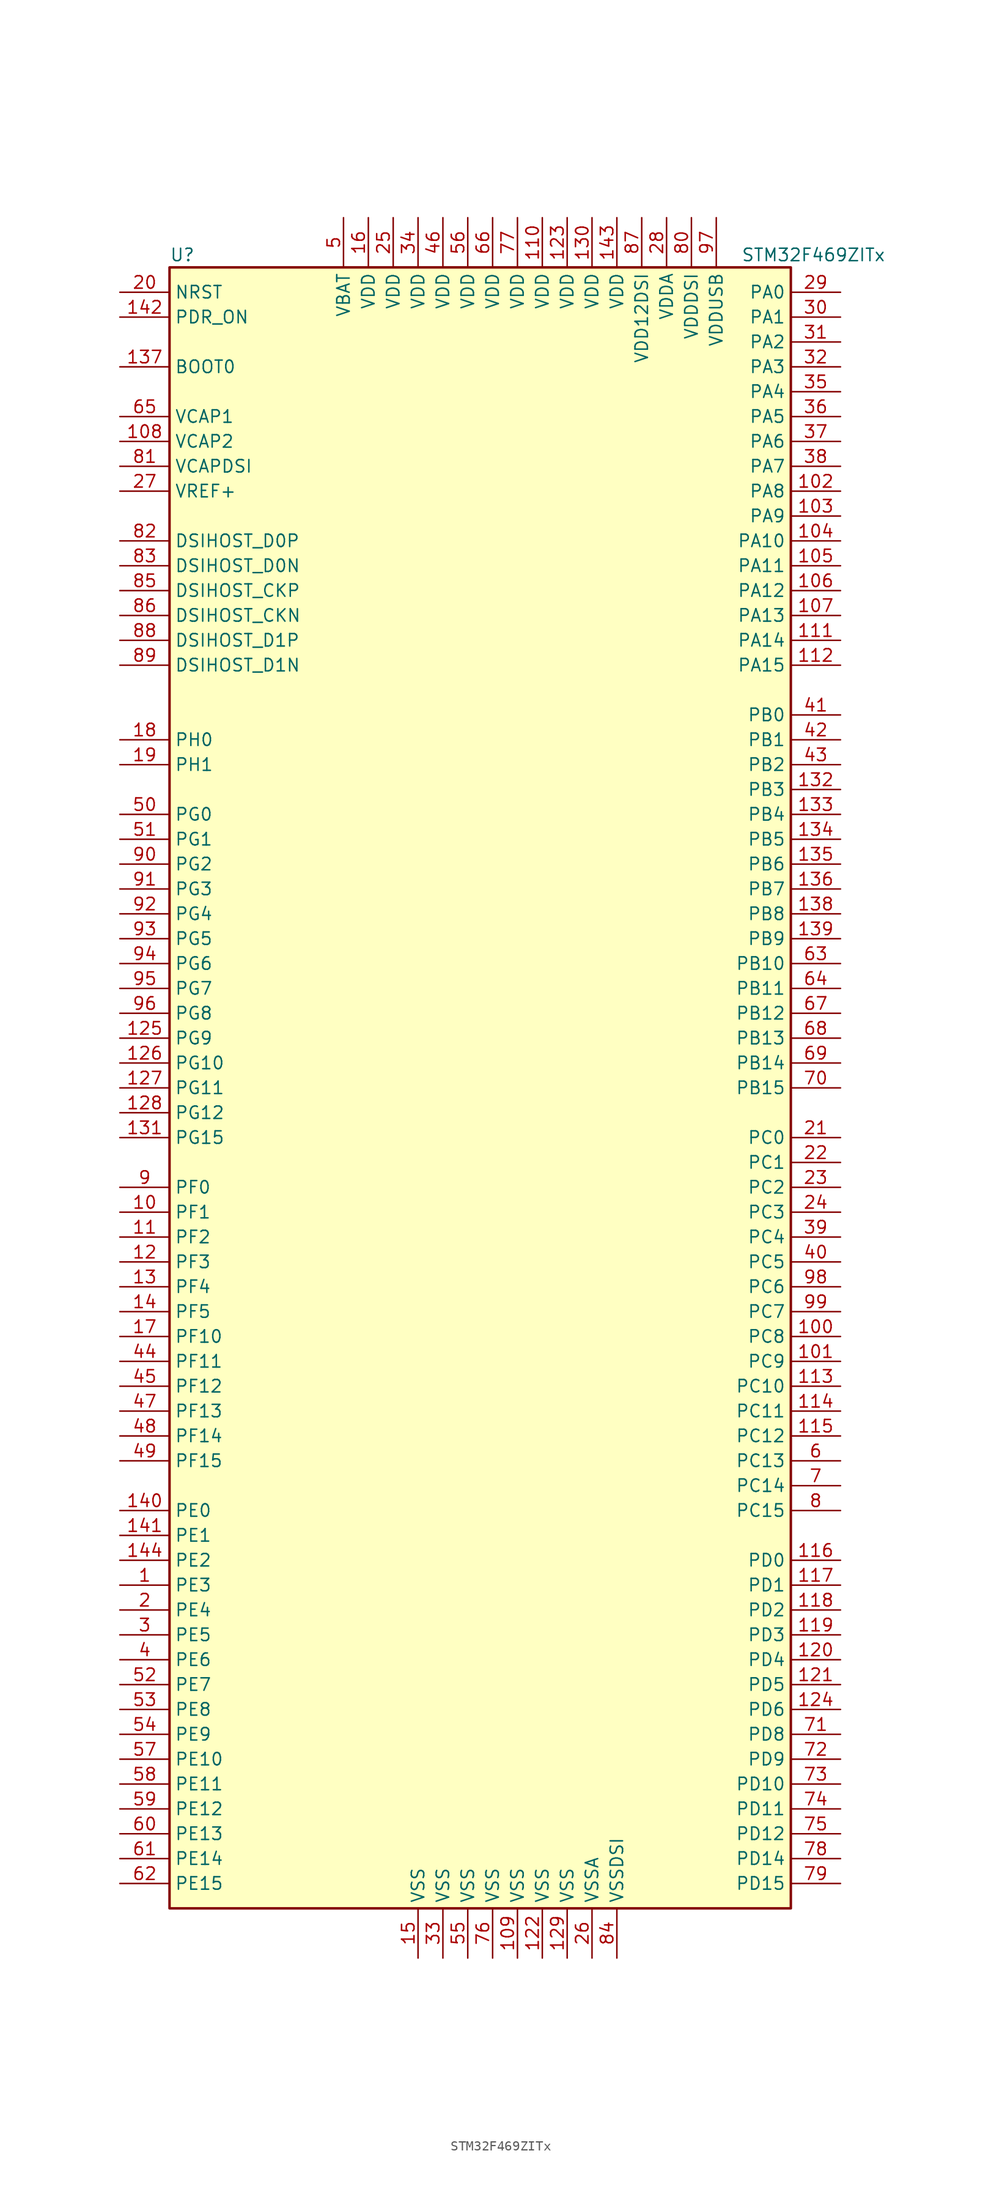
<source format=kicad_sym>
(kicad_symbol_lib
  (version 20201005)
  (generator kicad_symbol_editor)
  (symbol "MCU_ST_STM32F4:STM32F469ZITx"
    (property "Reference" "U"
      (at -33.02 85.09 0)
      (effects (font (size 1.27 1.27)) (justify left)))
    (property "Value" "STM32F469ZITx"
      (at 25.4 85.09 0)
      (effects (font (size 1.27 1.27)) (justify left)))
    (symbol "STM32F469ZITx_0_1"
      (rectangle (start -33.02 -83.82) (end 30.48 83.82) (stroke (width 0.254)) (fill (type background))))
    (symbol "STM32F469ZITx_1_1"
      (pin input line (at -38.1 73.66 0) (length 5.08) (name "BOOT0" (effects (font (size 1.27 1.27)))) (number "137" (effects (font (size 1.27 1.27)))))
      (pin bidirectional line (at -38.1 48.26 0) (length 5.08) (name "DSIHOST_CKN" (effects (font (size 1.27 1.27)))) (number "86" (effects (font (size 1.27 1.27)))))
      (pin bidirectional line (at -38.1 50.8 0) (length 5.08) (name "DSIHOST_CKP" (effects (font (size 1.27 1.27)))) (number "85" (effects (font (size 1.27 1.27)))))
      (pin bidirectional line (at -38.1 53.34 0) (length 5.08) (name "DSIHOST_D0N" (effects (font (size 1.27 1.27)))) (number "83" (effects (font (size 1.27 1.27)))))
      (pin bidirectional line (at -38.1 55.88 0) (length 5.08) (name "DSIHOST_D0P" (effects (font (size 1.27 1.27)))) (number "82" (effects (font (size 1.27 1.27)))))
      (pin bidirectional line (at -38.1 43.18 0) (length 5.08) (name "DSIHOST_D1N" (effects (font (size 1.27 1.27)))) (number "89" (effects (font (size 1.27 1.27)))))
      (pin bidirectional line (at -38.1 45.72 0) (length 5.08) (name "DSIHOST_D1P" (effects (font (size 1.27 1.27)))) (number "88" (effects (font (size 1.27 1.27)))))
      (pin input line (at -38.1 81.28 0) (length 5.08) (name "NRST" (effects (font (size 1.27 1.27)))) (number "20" (effects (font (size 1.27 1.27)))))
      (pin bidirectional line (at 35.56 81.28 180) (length 5.08) (name "PA0" (effects (font (size 1.27 1.27)))) (number "29" (effects (font (size 1.27 1.27)))))
      (pin bidirectional line (at 35.56 78.74 180) (length 5.08) (name "PA1" (effects (font (size 1.27 1.27)))) (number "30" (effects (font (size 1.27 1.27)))))
      (pin bidirectional line (at 35.56 55.88 180) (length 5.08) (name "PA10" (effects (font (size 1.27 1.27)))) (number "104" (effects (font (size 1.27 1.27)))))
      (pin bidirectional line (at 35.56 53.34 180) (length 5.08) (name "PA11" (effects (font (size 1.27 1.27)))) (number "105" (effects (font (size 1.27 1.27)))))
      (pin bidirectional line (at 35.56 50.8 180) (length 5.08) (name "PA12" (effects (font (size 1.27 1.27)))) (number "106" (effects (font (size 1.27 1.27)))))
      (pin bidirectional line (at 35.56 48.26 180) (length 5.08) (name "PA13" (effects (font (size 1.27 1.27)))) (number "107" (effects (font (size 1.27 1.27)))))
      (pin bidirectional line (at 35.56 45.72 180) (length 5.08) (name "PA14" (effects (font (size 1.27 1.27)))) (number "111" (effects (font (size 1.27 1.27)))))
      (pin bidirectional line (at 35.56 43.18 180) (length 5.08) (name "PA15" (effects (font (size 1.27 1.27)))) (number "112" (effects (font (size 1.27 1.27)))))
      (pin bidirectional line (at 35.56 76.2 180) (length 5.08) (name "PA2" (effects (font (size 1.27 1.27)))) (number "31" (effects (font (size 1.27 1.27)))))
      (pin bidirectional line (at 35.56 73.66 180) (length 5.08) (name "PA3" (effects (font (size 1.27 1.27)))) (number "32" (effects (font (size 1.27 1.27)))))
      (pin bidirectional line (at 35.56 71.12 180) (length 5.08) (name "PA4" (effects (font (size 1.27 1.27)))) (number "35" (effects (font (size 1.27 1.27)))))
      (pin bidirectional line (at 35.56 68.58 180) (length 5.08) (name "PA5" (effects (font (size 1.27 1.27)))) (number "36" (effects (font (size 1.27 1.27)))))
      (pin bidirectional line (at 35.56 66.04 180) (length 5.08) (name "PA6" (effects (font (size 1.27 1.27)))) (number "37" (effects (font (size 1.27 1.27)))))
      (pin bidirectional line (at 35.56 63.5 180) (length 5.08) (name "PA7" (effects (font (size 1.27 1.27)))) (number "38" (effects (font (size 1.27 1.27)))))
      (pin bidirectional line (at 35.56 60.96 180) (length 5.08) (name "PA8" (effects (font (size 1.27 1.27)))) (number "102" (effects (font (size 1.27 1.27)))))
      (pin bidirectional line (at 35.56 58.42 180) (length 5.08) (name "PA9" (effects (font (size 1.27 1.27)))) (number "103" (effects (font (size 1.27 1.27)))))
      (pin bidirectional line (at 35.56 38.1 180) (length 5.08) (name "PB0" (effects (font (size 1.27 1.27)))) (number "41" (effects (font (size 1.27 1.27)))))
      (pin bidirectional line (at 35.56 35.56 180) (length 5.08) (name "PB1" (effects (font (size 1.27 1.27)))) (number "42" (effects (font (size 1.27 1.27)))))
      (pin bidirectional line (at 35.56 12.7 180) (length 5.08) (name "PB10" (effects (font (size 1.27 1.27)))) (number "63" (effects (font (size 1.27 1.27)))))
      (pin bidirectional line (at 35.56 10.16 180) (length 5.08) (name "PB11" (effects (font (size 1.27 1.27)))) (number "64" (effects (font (size 1.27 1.27)))))
      (pin bidirectional line (at 35.56 7.62 180) (length 5.08) (name "PB12" (effects (font (size 1.27 1.27)))) (number "67" (effects (font (size 1.27 1.27)))))
      (pin bidirectional line (at 35.56 5.08 180) (length 5.08) (name "PB13" (effects (font (size 1.27 1.27)))) (number "68" (effects (font (size 1.27 1.27)))))
      (pin bidirectional line (at 35.56 2.54 180) (length 5.08) (name "PB14" (effects (font (size 1.27 1.27)))) (number "69" (effects (font (size 1.27 1.27)))))
      (pin bidirectional line (at 35.56 0 180) (length 5.08) (name "PB15" (effects (font (size 1.27 1.27)))) (number "70" (effects (font (size 1.27 1.27)))))
      (pin bidirectional line (at 35.56 33.02 180) (length 5.08) (name "PB2" (effects (font (size 1.27 1.27)))) (number "43" (effects (font (size 1.27 1.27)))))
      (pin bidirectional line (at 35.56 30.48 180) (length 5.08) (name "PB3" (effects (font (size 1.27 1.27)))) (number "132" (effects (font (size 1.27 1.27)))))
      (pin bidirectional line (at 35.56 27.94 180) (length 5.08) (name "PB4" (effects (font (size 1.27 1.27)))) (number "133" (effects (font (size 1.27 1.27)))))
      (pin bidirectional line (at 35.56 25.4 180) (length 5.08) (name "PB5" (effects (font (size 1.27 1.27)))) (number "134" (effects (font (size 1.27 1.27)))))
      (pin bidirectional line (at 35.56 22.86 180) (length 5.08) (name "PB6" (effects (font (size 1.27 1.27)))) (number "135" (effects (font (size 1.27 1.27)))))
      (pin bidirectional line (at 35.56 20.32 180) (length 5.08) (name "PB7" (effects (font (size 1.27 1.27)))) (number "136" (effects (font (size 1.27 1.27)))))
      (pin bidirectional line (at 35.56 17.78 180) (length 5.08) (name "PB8" (effects (font (size 1.27 1.27)))) (number "138" (effects (font (size 1.27 1.27)))))
      (pin bidirectional line (at 35.56 15.24 180) (length 5.08) (name "PB9" (effects (font (size 1.27 1.27)))) (number "139" (effects (font (size 1.27 1.27)))))
      (pin bidirectional line (at 35.56 -5.08 180) (length 5.08) (name "PC0" (effects (font (size 1.27 1.27)))) (number "21" (effects (font (size 1.27 1.27)))))
      (pin bidirectional line (at 35.56 -7.62 180) (length 5.08) (name "PC1" (effects (font (size 1.27 1.27)))) (number "22" (effects (font (size 1.27 1.27)))))
      (pin bidirectional line (at 35.56 -30.48 180) (length 5.08) (name "PC10" (effects (font (size 1.27 1.27)))) (number "113" (effects (font (size 1.27 1.27)))))
      (pin bidirectional line (at 35.56 -33.02 180) (length 5.08) (name "PC11" (effects (font (size 1.27 1.27)))) (number "114" (effects (font (size 1.27 1.27)))))
      (pin bidirectional line (at 35.56 -35.56 180) (length 5.08) (name "PC12" (effects (font (size 1.27 1.27)))) (number "115" (effects (font (size 1.27 1.27)))))
      (pin bidirectional line (at 35.56 -38.1 180) (length 5.08) (name "PC13" (effects (font (size 1.27 1.27)))) (number "6" (effects (font (size 1.27 1.27)))))
      (pin bidirectional line (at 35.56 -40.64 180) (length 5.08) (name "PC14" (effects (font (size 1.27 1.27)))) (number "7" (effects (font (size 1.27 1.27)))))
      (pin bidirectional line (at 35.56 -43.18 180) (length 5.08) (name "PC15" (effects (font (size 1.27 1.27)))) (number "8" (effects (font (size 1.27 1.27)))))
      (pin bidirectional line (at 35.56 -10.16 180) (length 5.08) (name "PC2" (effects (font (size 1.27 1.27)))) (number "23" (effects (font (size 1.27 1.27)))))
      (pin bidirectional line (at 35.56 -12.7 180) (length 5.08) (name "PC3" (effects (font (size 1.27 1.27)))) (number "24" (effects (font (size 1.27 1.27)))))
      (pin bidirectional line (at 35.56 -15.24 180) (length 5.08) (name "PC4" (effects (font (size 1.27 1.27)))) (number "39" (effects (font (size 1.27 1.27)))))
      (pin bidirectional line (at 35.56 -17.78 180) (length 5.08) (name "PC5" (effects (font (size 1.27 1.27)))) (number "40" (effects (font (size 1.27 1.27)))))
      (pin bidirectional line (at 35.56 -20.32 180) (length 5.08) (name "PC6" (effects (font (size 1.27 1.27)))) (number "98" (effects (font (size 1.27 1.27)))))
      (pin bidirectional line (at 35.56 -22.86 180) (length 5.08) (name "PC7" (effects (font (size 1.27 1.27)))) (number "99" (effects (font (size 1.27 1.27)))))
      (pin bidirectional line (at 35.56 -25.4 180) (length 5.08) (name "PC8" (effects (font (size 1.27 1.27)))) (number "100" (effects (font (size 1.27 1.27)))))
      (pin bidirectional line (at 35.56 -27.94 180) (length 5.08) (name "PC9" (effects (font (size 1.27 1.27)))) (number "101" (effects (font (size 1.27 1.27)))))
      (pin bidirectional line (at 35.56 -48.26 180) (length 5.08) (name "PD0" (effects (font (size 1.27 1.27)))) (number "116" (effects (font (size 1.27 1.27)))))
      (pin bidirectional line (at 35.56 -50.8 180) (length 5.08) (name "PD1" (effects (font (size 1.27 1.27)))) (number "117" (effects (font (size 1.27 1.27)))))
      (pin bidirectional line (at 35.56 -71.12 180) (length 5.08) (name "PD10" (effects (font (size 1.27 1.27)))) (number "73" (effects (font (size 1.27 1.27)))))
      (pin bidirectional line (at 35.56 -73.66 180) (length 5.08) (name "PD11" (effects (font (size 1.27 1.27)))) (number "74" (effects (font (size 1.27 1.27)))))
      (pin bidirectional line (at 35.56 -76.2 180) (length 5.08) (name "PD12" (effects (font (size 1.27 1.27)))) (number "75" (effects (font (size 1.27 1.27)))))
      (pin bidirectional line (at 35.56 -78.74 180) (length 5.08) (name "PD14" (effects (font (size 1.27 1.27)))) (number "78" (effects (font (size 1.27 1.27)))))
      (pin bidirectional line (at 35.56 -81.28 180) (length 5.08) (name "PD15" (effects (font (size 1.27 1.27)))) (number "79" (effects (font (size 1.27 1.27)))))
      (pin bidirectional line (at 35.56 -53.34 180) (length 5.08) (name "PD2" (effects (font (size 1.27 1.27)))) (number "118" (effects (font (size 1.27 1.27)))))
      (pin bidirectional line (at 35.56 -55.88 180) (length 5.08) (name "PD3" (effects (font (size 1.27 1.27)))) (number "119" (effects (font (size 1.27 1.27)))))
      (pin bidirectional line (at 35.56 -58.42 180) (length 5.08) (name "PD4" (effects (font (size 1.27 1.27)))) (number "120" (effects (font (size 1.27 1.27)))))
      (pin bidirectional line (at 35.56 -60.96 180) (length 5.08) (name "PD5" (effects (font (size 1.27 1.27)))) (number "121" (effects (font (size 1.27 1.27)))))
      (pin bidirectional line (at 35.56 -63.5 180) (length 5.08) (name "PD6" (effects (font (size 1.27 1.27)))) (number "124" (effects (font (size 1.27 1.27)))))
      (pin bidirectional line (at 35.56 -66.04 180) (length 5.08) (name "PD8" (effects (font (size 1.27 1.27)))) (number "71" (effects (font (size 1.27 1.27)))))
      (pin bidirectional line (at 35.56 -68.58 180) (length 5.08) (name "PD9" (effects (font (size 1.27 1.27)))) (number "72" (effects (font (size 1.27 1.27)))))
      (pin input line (at -38.1 78.74 0) (length 5.08) (name "PDR_ON" (effects (font (size 1.27 1.27)))) (number "142" (effects (font (size 1.27 1.27)))))
      (pin bidirectional line (at -38.1 -43.18 0) (length 5.08) (name "PE0" (effects (font (size 1.27 1.27)))) (number "140" (effects (font (size 1.27 1.27)))))
      (pin bidirectional line (at -38.1 -45.72 0) (length 5.08) (name "PE1" (effects (font (size 1.27 1.27)))) (number "141" (effects (font (size 1.27 1.27)))))
      (pin bidirectional line (at -38.1 -68.58 0) (length 5.08) (name "PE10" (effects (font (size 1.27 1.27)))) (number "57" (effects (font (size 1.27 1.27)))))
      (pin bidirectional line (at -38.1 -71.12 0) (length 5.08) (name "PE11" (effects (font (size 1.27 1.27)))) (number "58" (effects (font (size 1.27 1.27)))))
      (pin bidirectional line (at -38.1 -73.66 0) (length 5.08) (name "PE12" (effects (font (size 1.27 1.27)))) (number "59" (effects (font (size 1.27 1.27)))))
      (pin bidirectional line (at -38.1 -76.2 0) (length 5.08) (name "PE13" (effects (font (size 1.27 1.27)))) (number "60" (effects (font (size 1.27 1.27)))))
      (pin bidirectional line (at -38.1 -78.74 0) (length 5.08) (name "PE14" (effects (font (size 1.27 1.27)))) (number "61" (effects (font (size 1.27 1.27)))))
      (pin bidirectional line (at -38.1 -81.28 0) (length 5.08) (name "PE15" (effects (font (size 1.27 1.27)))) (number "62" (effects (font (size 1.27 1.27)))))
      (pin bidirectional line (at -38.1 -48.26 0) (length 5.08) (name "PE2" (effects (font (size 1.27 1.27)))) (number "144" (effects (font (size 1.27 1.27)))))
      (pin bidirectional line (at -38.1 -50.8 0) (length 5.08) (name "PE3" (effects (font (size 1.27 1.27)))) (number "1" (effects (font (size 1.27 1.27)))))
      (pin bidirectional line (at -38.1 -53.34 0) (length 5.08) (name "PE4" (effects (font (size 1.27 1.27)))) (number "2" (effects (font (size 1.27 1.27)))))
      (pin bidirectional line (at -38.1 -55.88 0) (length 5.08) (name "PE5" (effects (font (size 1.27 1.27)))) (number "3" (effects (font (size 1.27 1.27)))))
      (pin bidirectional line (at -38.1 -58.42 0) (length 5.08) (name "PE6" (effects (font (size 1.27 1.27)))) (number "4" (effects (font (size 1.27 1.27)))))
      (pin bidirectional line (at -38.1 -60.96 0) (length 5.08) (name "PE7" (effects (font (size 1.27 1.27)))) (number "52" (effects (font (size 1.27 1.27)))))
      (pin bidirectional line (at -38.1 -63.5 0) (length 5.08) (name "PE8" (effects (font (size 1.27 1.27)))) (number "53" (effects (font (size 1.27 1.27)))))
      (pin bidirectional line (at -38.1 -66.04 0) (length 5.08) (name "PE9" (effects (font (size 1.27 1.27)))) (number "54" (effects (font (size 1.27 1.27)))))
      (pin bidirectional line (at -38.1 -10.16 0) (length 5.08) (name "PF0" (effects (font (size 1.27 1.27)))) (number "9" (effects (font (size 1.27 1.27)))))
      (pin bidirectional line (at -38.1 -12.7 0) (length 5.08) (name "PF1" (effects (font (size 1.27 1.27)))) (number "10" (effects (font (size 1.27 1.27)))))
      (pin bidirectional line (at -38.1 -25.4 0) (length 5.08) (name "PF10" (effects (font (size 1.27 1.27)))) (number "17" (effects (font (size 1.27 1.27)))))
      (pin bidirectional line (at -38.1 -27.94 0) (length 5.08) (name "PF11" (effects (font (size 1.27 1.27)))) (number "44" (effects (font (size 1.27 1.27)))))
      (pin bidirectional line (at -38.1 -30.48 0) (length 5.08) (name "PF12" (effects (font (size 1.27 1.27)))) (number "45" (effects (font (size 1.27 1.27)))))
      (pin bidirectional line (at -38.1 -33.02 0) (length 5.08) (name "PF13" (effects (font (size 1.27 1.27)))) (number "47" (effects (font (size 1.27 1.27)))))
      (pin bidirectional line (at -38.1 -35.56 0) (length 5.08) (name "PF14" (effects (font (size 1.27 1.27)))) (number "48" (effects (font (size 1.27 1.27)))))
      (pin bidirectional line (at -38.1 -38.1 0) (length 5.08) (name "PF15" (effects (font (size 1.27 1.27)))) (number "49" (effects (font (size 1.27 1.27)))))
      (pin bidirectional line (at -38.1 -15.24 0) (length 5.08) (name "PF2" (effects (font (size 1.27 1.27)))) (number "11" (effects (font (size 1.27 1.27)))))
      (pin bidirectional line (at -38.1 -17.78 0) (length 5.08) (name "PF3" (effects (font (size 1.27 1.27)))) (number "12" (effects (font (size 1.27 1.27)))))
      (pin bidirectional line (at -38.1 -20.32 0) (length 5.08) (name "PF4" (effects (font (size 1.27 1.27)))) (number "13" (effects (font (size 1.27 1.27)))))
      (pin bidirectional line (at -38.1 -22.86 0) (length 5.08) (name "PF5" (effects (font (size 1.27 1.27)))) (number "14" (effects (font (size 1.27 1.27)))))
      (pin bidirectional line (at -38.1 27.94 0) (length 5.08) (name "PG0" (effects (font (size 1.27 1.27)))) (number "50" (effects (font (size 1.27 1.27)))))
      (pin bidirectional line (at -38.1 25.4 0) (length 5.08) (name "PG1" (effects (font (size 1.27 1.27)))) (number "51" (effects (font (size 1.27 1.27)))))
      (pin bidirectional line (at -38.1 2.54 0) (length 5.08) (name "PG10" (effects (font (size 1.27 1.27)))) (number "126" (effects (font (size 1.27 1.27)))))
      (pin bidirectional line (at -38.1 0 0) (length 5.08) (name "PG11" (effects (font (size 1.27 1.27)))) (number "127" (effects (font (size 1.27 1.27)))))
      (pin bidirectional line (at -38.1 -2.54 0) (length 5.08) (name "PG12" (effects (font (size 1.27 1.27)))) (number "128" (effects (font (size 1.27 1.27)))))
      (pin bidirectional line (at -38.1 -5.08 0) (length 5.08) (name "PG15" (effects (font (size 1.27 1.27)))) (number "131" (effects (font (size 1.27 1.27)))))
      (pin bidirectional line (at -38.1 22.86 0) (length 5.08) (name "PG2" (effects (font (size 1.27 1.27)))) (number "90" (effects (font (size 1.27 1.27)))))
      (pin bidirectional line (at -38.1 20.32 0) (length 5.08) (name "PG3" (effects (font (size 1.27 1.27)))) (number "91" (effects (font (size 1.27 1.27)))))
      (pin bidirectional line (at -38.1 17.78 0) (length 5.08) (name "PG4" (effects (font (size 1.27 1.27)))) (number "92" (effects (font (size 1.27 1.27)))))
      (pin bidirectional line (at -38.1 15.24 0) (length 5.08) (name "PG5" (effects (font (size 1.27 1.27)))) (number "93" (effects (font (size 1.27 1.27)))))
      (pin bidirectional line (at -38.1 12.7 0) (length 5.08) (name "PG6" (effects (font (size 1.27 1.27)))) (number "94" (effects (font (size 1.27 1.27)))))
      (pin bidirectional line (at -38.1 10.16 0) (length 5.08) (name "PG7" (effects (font (size 1.27 1.27)))) (number "95" (effects (font (size 1.27 1.27)))))
      (pin bidirectional line (at -38.1 7.62 0) (length 5.08) (name "PG8" (effects (font (size 1.27 1.27)))) (number "96" (effects (font (size 1.27 1.27)))))
      (pin bidirectional line (at -38.1 5.08 0) (length 5.08) (name "PG9" (effects (font (size 1.27 1.27)))) (number "125" (effects (font (size 1.27 1.27)))))
      (pin input line (at -38.1 35.56 0) (length 5.08) (name "PH0" (effects (font (size 1.27 1.27)))) (number "18" (effects (font (size 1.27 1.27)))))
      (pin input line (at -38.1 33.02 0) (length 5.08) (name "PH1" (effects (font (size 1.27 1.27)))) (number "19" (effects (font (size 1.27 1.27)))))
      (pin power_in line (at -15.24 88.9 270) (length 5.08) (name "VBAT" (effects (font (size 1.27 1.27)))) (number "5" (effects (font (size 1.27 1.27)))))
      (pin power_in line (at -38.1 68.58 0) (length 5.08) (name "VCAP1" (effects (font (size 1.27 1.27)))) (number "65" (effects (font (size 1.27 1.27)))))
      (pin power_in line (at -38.1 66.04 0) (length 5.08) (name "VCAP2" (effects (font (size 1.27 1.27)))) (number "108" (effects (font (size 1.27 1.27)))))
      (pin power_in line (at -38.1 63.5 0) (length 5.08) (name "VCAPDSI" (effects (font (size 1.27 1.27)))) (number "81" (effects (font (size 1.27 1.27)))))
      (pin power_in line (at 5.08 88.9 270) (length 5.08) (name "VDD" (effects (font (size 1.27 1.27)))) (number "110" (effects (font (size 1.27 1.27)))))
      (pin power_in line (at 7.62 88.9 270) (length 5.08) (name "VDD" (effects (font (size 1.27 1.27)))) (number "123" (effects (font (size 1.27 1.27)))))
      (pin power_in line (at 10.16 88.9 270) (length 5.08) (name "VDD" (effects (font (size 1.27 1.27)))) (number "130" (effects (font (size 1.27 1.27)))))
      (pin power_in line (at 12.7 88.9 270) (length 5.08) (name "VDD" (effects (font (size 1.27 1.27)))) (number "143" (effects (font (size 1.27 1.27)))))
      (pin power_in line (at -12.7 88.9 270) (length 5.08) (name "VDD" (effects (font (size 1.27 1.27)))) (number "16" (effects (font (size 1.27 1.27)))))
      (pin power_in line (at -10.16 88.9 270) (length 5.08) (name "VDD" (effects (font (size 1.27 1.27)))) (number "25" (effects (font (size 1.27 1.27)))))
      (pin power_in line (at -7.62 88.9 270) (length 5.08) (name "VDD" (effects (font (size 1.27 1.27)))) (number "34" (effects (font (size 1.27 1.27)))))
      (pin power_in line (at -5.08 88.9 270) (length 5.08) (name "VDD" (effects (font (size 1.27 1.27)))) (number "46" (effects (font (size 1.27 1.27)))))
      (pin power_in line (at -2.54 88.9 270) (length 5.08) (name "VDD" (effects (font (size 1.27 1.27)))) (number "56" (effects (font (size 1.27 1.27)))))
      (pin power_in line (at 0 88.9 270) (length 5.08) (name "VDD" (effects (font (size 1.27 1.27)))) (number "66" (effects (font (size 1.27 1.27)))))
      (pin power_in line (at 2.54 88.9 270) (length 5.08) (name "VDD" (effects (font (size 1.27 1.27)))) (number "77" (effects (font (size 1.27 1.27)))))
      (pin power_in line (at 15.24 88.9 270) (length 5.08) (name "VDD12DSI" (effects (font (size 1.27 1.27)))) (number "87" (effects (font (size 1.27 1.27)))))
      (pin power_in line (at 17.78 88.9 270) (length 5.08) (name "VDDA" (effects (font (size 1.27 1.27)))) (number "28" (effects (font (size 1.27 1.27)))))
      (pin power_in line (at 20.32 88.9 270) (length 5.08) (name "VDDDSI" (effects (font (size 1.27 1.27)))) (number "80" (effects (font (size 1.27 1.27)))))
      (pin power_in line (at 22.86 88.9 270) (length 5.08) (name "VDDUSB" (effects (font (size 1.27 1.27)))) (number "97" (effects (font (size 1.27 1.27)))))
      (pin power_in line (at -38.1 60.96 0) (length 5.08) (name "VREF+" (effects (font (size 1.27 1.27)))) (number "27" (effects (font (size 1.27 1.27)))))
      (pin power_in line (at 2.54 -88.9 90) (length 5.08) (name "VSS" (effects (font (size 1.27 1.27)))) (number "109" (effects (font (size 1.27 1.27)))))
      (pin power_in line (at 5.08 -88.9 90) (length 5.08) (name "VSS" (effects (font (size 1.27 1.27)))) (number "122" (effects (font (size 1.27 1.27)))))
      (pin power_in line (at 7.62 -88.9 90) (length 5.08) (name "VSS" (effects (font (size 1.27 1.27)))) (number "129" (effects (font (size 1.27 1.27)))))
      (pin power_in line (at -7.62 -88.9 90) (length 5.08) (name "VSS" (effects (font (size 1.27 1.27)))) (number "15" (effects (font (size 1.27 1.27)))))
      (pin power_in line (at -5.08 -88.9 90) (length 5.08) (name "VSS" (effects (font (size 1.27 1.27)))) (number "33" (effects (font (size 1.27 1.27)))))
      (pin power_in line (at -2.54 -88.9 90) (length 5.08) (name "VSS" (effects (font (size 1.27 1.27)))) (number "55" (effects (font (size 1.27 1.27)))))
      (pin power_in line (at 0 -88.9 90) (length 5.08) (name "VSS" (effects (font (size 1.27 1.27)))) (number "76" (effects (font (size 1.27 1.27)))))
      (pin power_in line (at 10.16 -88.9 90) (length 5.08) (name "VSSA" (effects (font (size 1.27 1.27)))) (number "26" (effects (font (size 1.27 1.27)))))
      (pin power_in line (at 12.7 -88.9 90) (length 5.08) (name "VSSDSI" (effects (font (size 1.27 1.27)))) (number "84" (effects (font (size 1.27 1.27))))))))
</source>
